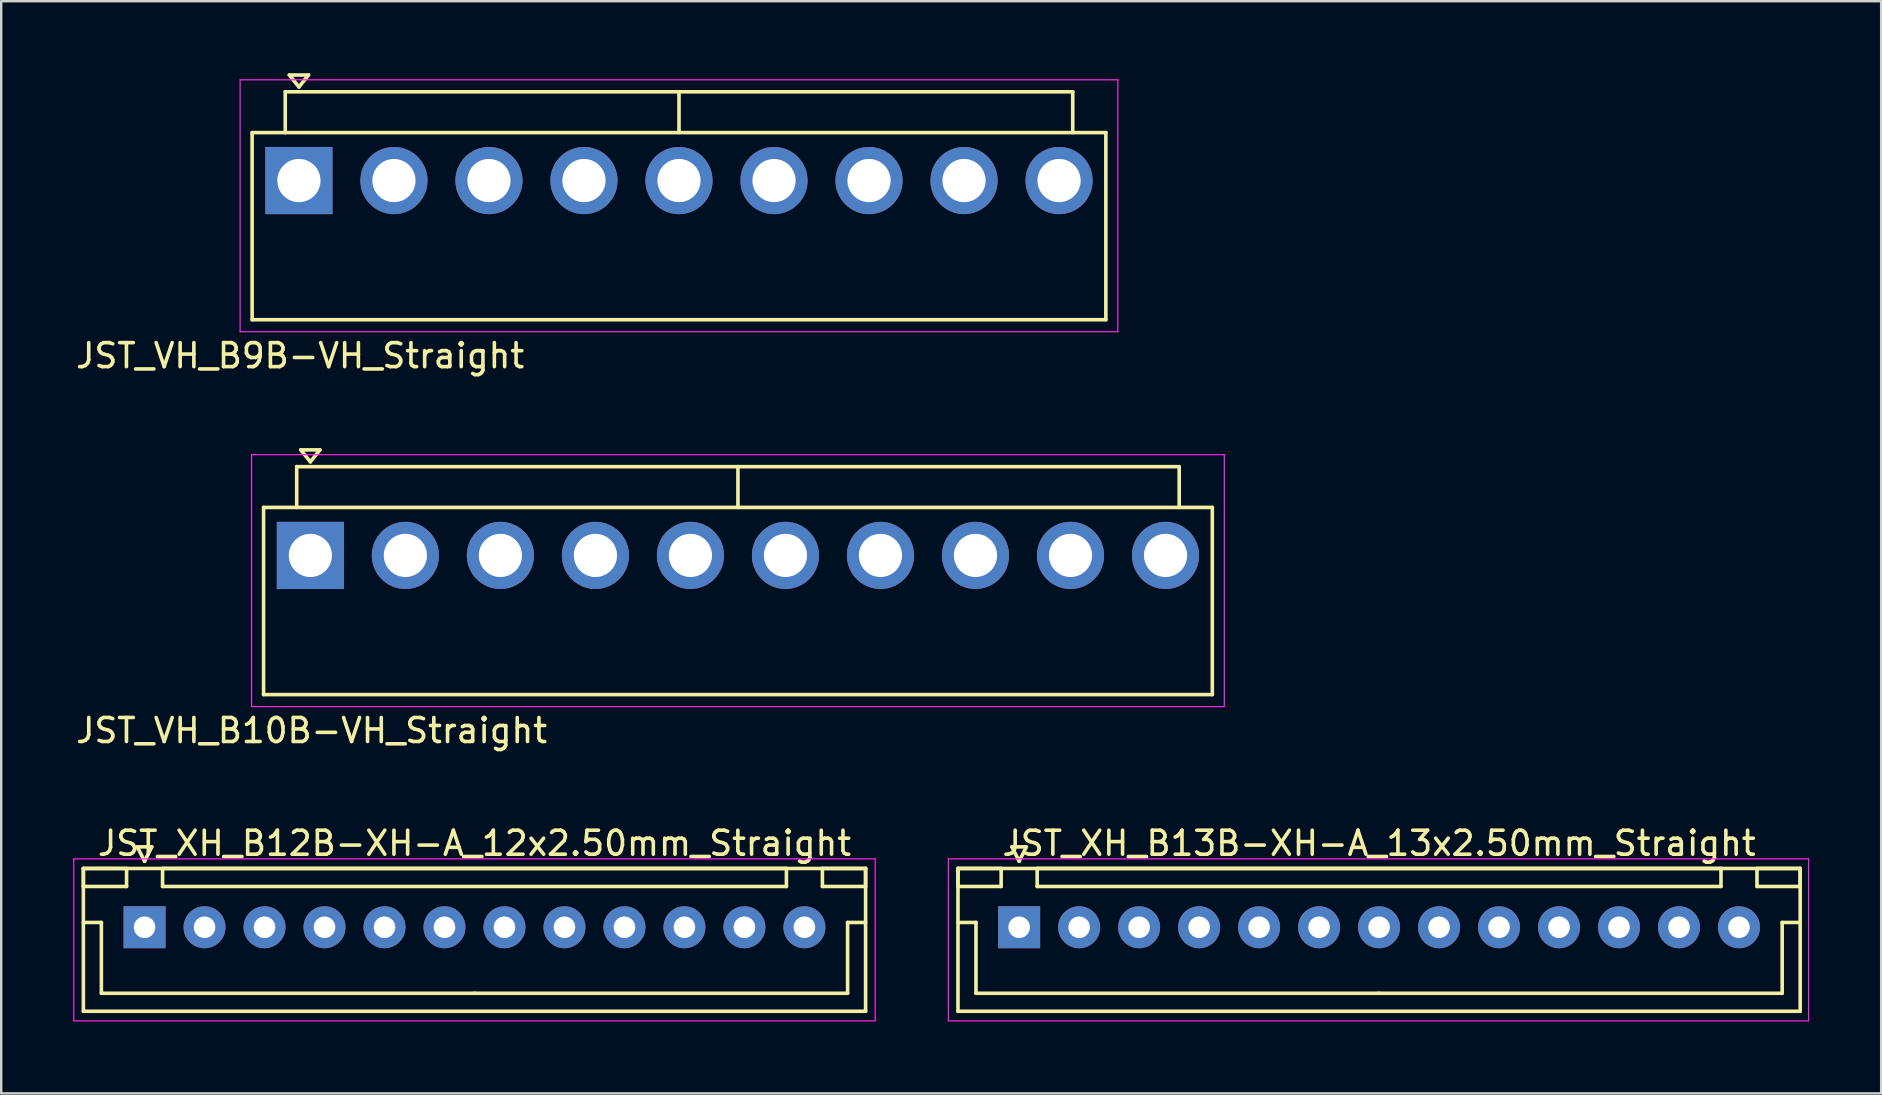
<source format=kicad_pcb>
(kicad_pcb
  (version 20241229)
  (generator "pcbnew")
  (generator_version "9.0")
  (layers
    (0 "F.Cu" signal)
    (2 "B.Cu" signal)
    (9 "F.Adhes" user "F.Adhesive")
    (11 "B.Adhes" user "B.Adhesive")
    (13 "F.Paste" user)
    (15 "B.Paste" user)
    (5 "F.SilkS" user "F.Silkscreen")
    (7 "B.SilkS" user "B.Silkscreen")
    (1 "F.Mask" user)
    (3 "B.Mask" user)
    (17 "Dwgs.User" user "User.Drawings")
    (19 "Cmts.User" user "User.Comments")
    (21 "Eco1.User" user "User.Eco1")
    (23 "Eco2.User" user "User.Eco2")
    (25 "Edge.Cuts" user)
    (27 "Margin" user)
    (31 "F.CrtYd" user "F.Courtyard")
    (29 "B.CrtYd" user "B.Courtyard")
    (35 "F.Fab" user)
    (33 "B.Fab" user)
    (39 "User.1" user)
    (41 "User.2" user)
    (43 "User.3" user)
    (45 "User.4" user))
  (footprint "JST_XH_B12B-XH-A_12x2.50mm_Straight"
    (layer "F.Cu")
    (at 2.975 35.595)
    (property "Reference" "JST_XH_B12B-XH-A_12x2.50mm_Straight" (at 13.75 -3.5 0) (layer "F.SilkS") (effects (font (size 1 1) (thickness 0.15))))
    (attr through_hole)
    (fp_line (start -2.55 -2.45) (end -2.55 -1.7) (stroke (width 0.15) (type solid)) (layer "F.SilkS"))
    (fp_line (start -2.55 -2.45) (end -2.55 3.5) (stroke (width 0.15) (type solid)) (layer "F.SilkS"))
    (fp_line (start -2.55 -1.7) (end -0.75 -1.7) (stroke (width 0.15) (type solid)) (layer "F.SilkS"))
    (fp_line (start -2.55 -0.2) (end -1.8 -0.2) (stroke (width 0.15) (type solid)) (layer "F.SilkS"))
    (fp_line (start -2.55 3.5) (end 30.05 3.5) (stroke (width 0.15) (type solid)) (layer "F.SilkS"))
    (fp_line (start -1.8 -0.2) (end -1.8 2.75) (stroke (width 0.15) (type solid)) (layer "F.SilkS"))
    (fp_line (start -1.8 2.75) (end 13.75 2.75) (stroke (width 0.15) (type solid)) (layer "F.SilkS"))
    (fp_line (start -0.75 -2.45) (end -2.55 -2.45) (stroke (width 0.15) (type solid)) (layer "F.SilkS"))
    (fp_line (start -0.75 -1.7) (end -0.75 -2.45) (stroke (width 0.15) (type solid)) (layer "F.SilkS"))
    (fp_line (start -0.3 -3.35) (end 0.3 -3.35) (stroke (width 0.15) (type solid)) (layer "F.SilkS"))
    (fp_line (start 0 -2.75) (end -0.3 -3.35) (stroke (width 0.15) (type solid)) (layer "F.SilkS"))
    (fp_line (start 0.3 -3.35) (end 0 -2.75) (stroke (width 0.15) (type solid)) (layer "F.SilkS"))
    (fp_line (start 0.75 -2.45) (end 0.75 -1.7) (stroke (width 0.15) (type solid)) (layer "F.SilkS"))
    (fp_line (start 0.75 -1.7) (end 26.75 -1.7) (stroke (width 0.15) (type solid)) (layer "F.SilkS"))
    (fp_line (start 26.75 -2.45) (end 0.75 -2.45) (stroke (width 0.15) (type solid)) (layer "F.SilkS"))
    (fp_line (start 26.75 -1.7) (end 26.75 -2.45) (stroke (width 0.15) (type solid)) (layer "F.SilkS"))
    (fp_line (start 28.25 -2.45) (end 28.25 -1.7) (stroke (width 0.15) (type solid)) (layer "F.SilkS"))
    (fp_line (start 28.25 -1.7) (end 30.05 -1.7) (stroke (width 0.15) (type solid)) (layer "F.SilkS"))
    (fp_line (start 29.3 -0.2) (end 29.3 2.75) (stroke (width 0.15) (type solid)) (layer "F.SilkS"))
    (fp_line (start 29.3 2.75) (end 13.75 2.75) (stroke (width 0.15) (type solid)) (layer "F.SilkS"))
    (fp_line (start 30.05 -2.45) (end -2.55 -2.45) (stroke (width 0.15) (type solid)) (layer "F.SilkS"))
    (fp_line (start 30.05 -2.45) (end 28.25 -2.45) (stroke (width 0.15) (type solid)) (layer "F.SilkS"))
    (fp_line (start 30.05 -1.7) (end 30.05 -2.45) (stroke (width 0.15) (type solid)) (layer "F.SilkS"))
    (fp_line (start 30.05 -0.2) (end 29.3 -0.2) (stroke (width 0.15) (type solid)) (layer "F.SilkS"))
    (fp_line (start 30.05 3.5) (end 30.05 -2.45) (stroke (width 0.15) (type solid)) (layer "F.SilkS"))
    (fp_line (start -2.95 -2.85) (end -2.95 3.9) (stroke (width 0.05) (type solid)) (layer "F.CrtYd"))
    (fp_line (start -2.95 3.9) (end 30.45 3.9) (stroke (width 0.05) (type solid)) (layer "F.CrtYd"))
    (fp_line (start 30.45 -2.85) (end -2.95 -2.85) (stroke (width 0.05) (type solid)) (layer "F.CrtYd"))
    (fp_line (start 30.45 3.9) (end 30.45 -2.85) (stroke (width 0.05) (type solid)) (layer "F.CrtYd"))
    (pad "1" thru_hole rect (at 0 0) (size 1.75 1.75) (drill 0.9) (layers "*.Cu" "*.Mask"))
    (pad "2" thru_hole circle (at 2.5 0) (size 1.75 1.75) (drill 0.9) (layers "*.Cu" "*.Mask"))
    (pad "3" thru_hole circle (at 5 0) (size 1.75 1.75) (drill 0.9) (layers "*.Cu" "*.Mask"))
    (pad "4" thru_hole circle (at 7.5 0) (size 1.75 1.75) (drill 0.9) (layers "*.Cu" "*.Mask"))
    (pad "5" thru_hole circle (at 10 0) (size 1.75 1.75) (drill 0.9) (layers "*.Cu" "*.Mask"))
    (pad "6" thru_hole circle (at 12.5 0) (size 1.75 1.75) (drill 0.9) (layers "*.Cu" "*.Mask"))
    (pad "7" thru_hole circle (at 15 0) (size 1.75 1.75) (drill 0.9) (layers "*.Cu" "*.Mask"))
    (pad "8" thru_hole circle (at 17.5 0) (size 1.75 1.75) (drill 0.9) (layers "*.Cu" "*.Mask"))
    (pad "9" thru_hole circle (at 20 0) (size 1.75 1.75) (drill 0.9) (layers "*.Cu" "*.Mask"))
    (pad "10" thru_hole circle (at 22.5 0) (size 1.75 1.75) (drill 0.9) (layers "*.Cu" "*.Mask"))
    (pad "11" thru_hole circle (at 25 0) (size 1.75 1.75) (drill 0.9) (layers "*.Cu" "*.Mask"))
    (pad "12" thru_hole circle (at 27.5 0) (size 1.75 1.75) (drill 0.9) (layers "*.Cu" "*.Mask")))
  (footprint "JST_XH_B13B-XH-A_13x2.50mm_Straight"
    (layer "F.Cu")
    (at 39.425 35.595)
    (property "Reference" "JST_XH_B13B-XH-A_13x2.50mm_Straight" (at 15 -3.5 0) (layer "F.SilkS") (effects (font (size 1 1) (thickness 0.15))))
    (attr through_hole)
    (fp_line (start -2.55 -2.45) (end -2.55 -1.7) (stroke (width 0.15) (type solid)) (layer "F.SilkS"))
    (fp_line (start -2.55 -2.45) (end -2.55 3.5) (stroke (width 0.15) (type solid)) (layer "F.SilkS"))
    (fp_line (start -2.55 -1.7) (end -0.75 -1.7) (stroke (width 0.15) (type solid)) (layer "F.SilkS"))
    (fp_line (start -2.55 -0.2) (end -1.8 -0.2) (stroke (width 0.15) (type solid)) (layer "F.SilkS"))
    (fp_line (start -2.55 3.5) (end 32.55 3.5) (stroke (width 0.15) (type solid)) (layer "F.SilkS"))
    (fp_line (start -1.8 -0.2) (end -1.8 2.75) (stroke (width 0.15) (type solid)) (layer "F.SilkS"))
    (fp_line (start -1.8 2.75) (end 15 2.75) (stroke (width 0.15) (type solid)) (layer "F.SilkS"))
    (fp_line (start -0.75 -2.45) (end -2.55 -2.45) (stroke (width 0.15) (type solid)) (layer "F.SilkS"))
    (fp_line (start -0.75 -1.7) (end -0.75 -2.45) (stroke (width 0.15) (type solid)) (layer "F.SilkS"))
    (fp_line (start -0.3 -3.35) (end 0.3 -3.35) (stroke (width 0.15) (type solid)) (layer "F.SilkS"))
    (fp_line (start 0 -2.75) (end -0.3 -3.35) (stroke (width 0.15) (type solid)) (layer "F.SilkS"))
    (fp_line (start 0.3 -3.35) (end 0 -2.75) (stroke (width 0.15) (type solid)) (layer "F.SilkS"))
    (fp_line (start 0.75 -2.45) (end 0.75 -1.7) (stroke (width 0.15) (type solid)) (layer "F.SilkS"))
    (fp_line (start 0.75 -1.7) (end 29.25 -1.7) (stroke (width 0.15) (type solid)) (layer "F.SilkS"))
    (fp_line (start 29.25 -2.45) (end 0.75 -2.45) (stroke (width 0.15) (type solid)) (layer "F.SilkS"))
    (fp_line (start 29.25 -1.7) (end 29.25 -2.45) (stroke (width 0.15) (type solid)) (layer "F.SilkS"))
    (fp_line (start 30.75 -2.45) (end 30.75 -1.7) (stroke (width 0.15) (type solid)) (layer "F.SilkS"))
    (fp_line (start 30.75 -1.7) (end 32.55 -1.7) (stroke (width 0.15) (type solid)) (layer "F.SilkS"))
    (fp_line (start 31.8 -0.2) (end 31.8 2.75) (stroke (width 0.15) (type solid)) (layer "F.SilkS"))
    (fp_line (start 31.8 2.75) (end 15 2.75) (stroke (width 0.15) (type solid)) (layer "F.SilkS"))
    (fp_line (start 32.55 -2.45) (end -2.55 -2.45) (stroke (width 0.15) (type solid)) (layer "F.SilkS"))
    (fp_line (start 32.55 -2.45) (end 30.75 -2.45) (stroke (width 0.15) (type solid)) (layer "F.SilkS"))
    (fp_line (start 32.55 -1.7) (end 32.55 -2.45) (stroke (width 0.15) (type solid)) (layer "F.SilkS"))
    (fp_line (start 32.55 -0.2) (end 31.8 -0.2) (stroke (width 0.15) (type solid)) (layer "F.SilkS"))
    (fp_line (start 32.55 3.5) (end 32.55 -2.45) (stroke (width 0.15) (type solid)) (layer "F.SilkS"))
    (fp_line (start -2.95 -2.85) (end -2.95 3.9) (stroke (width 0.05) (type solid)) (layer "F.CrtYd"))
    (fp_line (start -2.95 3.9) (end 32.9 3.9) (stroke (width 0.05) (type solid)) (layer "F.CrtYd"))
    (fp_line (start 32.9 -2.85) (end -2.95 -2.85) (stroke (width 0.05) (type solid)) (layer "F.CrtYd"))
    (fp_line (start 32.9 3.9) (end 32.9 -2.85) (stroke (width 0.05) (type solid)) (layer "F.CrtYd"))
    (pad "1" thru_hole rect (at 0 0) (size 1.75 1.75) (drill 0.9) (layers "*.Cu" "*.Mask"))
    (pad "2" thru_hole circle (at 2.5 0) (size 1.75 1.75) (drill 0.9) (layers "*.Cu" "*.Mask"))
    (pad "3" thru_hole circle (at 5 0) (size 1.75 1.75) (drill 0.9) (layers "*.Cu" "*.Mask"))
    (pad "4" thru_hole circle (at 7.5 0) (size 1.75 1.75) (drill 0.9) (layers "*.Cu" "*.Mask"))
    (pad "5" thru_hole circle (at 10 0) (size 1.75 1.75) (drill 0.9) (layers "*.Cu" "*.Mask"))
    (pad "6" thru_hole circle (at 12.5 0) (size 1.75 1.75) (drill 0.9) (layers "*.Cu" "*.Mask"))
    (pad "7" thru_hole circle (at 15 0) (size 1.75 1.75) (drill 0.9) (layers "*.Cu" "*.Mask"))
    (pad "8" thru_hole circle (at 17.5 0) (size 1.75 1.75) (drill 0.9) (layers "*.Cu" "*.Mask"))
    (pad "9" thru_hole circle (at 20 0) (size 1.75 1.75) (drill 0.9) (layers "*.Cu" "*.Mask"))
    (pad "10" thru_hole circle (at 22.5 0) (size 1.75 1.75) (drill 0.9) (layers "*.Cu" "*.Mask"))
    (pad "11" thru_hole circle (at 25 0) (size 1.75 1.75) (drill 0.9) (layers "*.Cu" "*.Mask"))
    (pad "12" thru_hole circle (at 27.5 0) (size 1.75 1.75) (drill 0.9) (layers "*.Cu" "*.Mask"))
    (pad "13" thru_hole circle (at 30 0) (size 1.75 1.75) (drill 0.9) (layers "*.Cu" "*.Mask")))
  (footprint "JST_VH_B10B-VH_Straight"
    (layer "F.Cu")
    (at 7.935 25.898)
    (property "Reference" "JST_VH_B10B-VH_Straight" (at 2 1.5 0) (layer "F.SilkS") (effects (font (size 1 1) (thickness 0.15))))
    (attr through_hole)
    (fp_line (start 0 -7.8) (end 39.54 -7.8) (stroke (width 0.15) (type solid)) (layer "F.SilkS"))
    (fp_line (start 0 0) (end 0 -7.8) (stroke (width 0.15) (type solid)) (layer "F.SilkS"))
    (fp_line (start 0 0) (end 39.54 0) (stroke (width 0.15) (type solid)) (layer "F.SilkS"))
    (fp_line (start 1.38 -9.5) (end 38.16 -9.5) (stroke (width 0.15) (type solid)) (layer "F.SilkS"))
    (fp_line (start 1.38 -7.8) (end 1.38 -9.5) (stroke (width 0.15) (type solid)) (layer "F.SilkS"))
    (fp_line (start 1.55 -10.2) (end 2.35 -10.2) (stroke (width 0.15) (type solid)) (layer "F.SilkS"))
    (fp_line (start 1.95 -9.7) (end 1.55 -10.2) (stroke (width 0.15) (type solid)) (layer "F.SilkS"))
    (fp_line (start 2.35 -10.2) (end 1.95 -9.7) (stroke (width 0.15) (type solid)) (layer "F.SilkS"))
    (fp_line (start 19.77 -9.5) (end 19.77 -7.8) (stroke (width 0.15) (type solid)) (layer "F.SilkS"))
    (fp_line (start 38.16 -7.8) (end 38.16 -9.5) (stroke (width 0.15) (type solid)) (layer "F.SilkS"))
    (fp_line (start 39.54 0) (end 39.54 -7.8) (stroke (width 0.15) (type solid)) (layer "F.SilkS"))
    (fp_line (start -0.5 -10) (end 40.04 -10) (stroke (width 0.05) (type solid)) (layer "F.CrtYd"))
    (fp_line (start -0.5 0.5) (end -0.5 -10) (stroke (width 0.05) (type solid)) (layer "F.CrtYd"))
    (fp_line (start 40.04 -10) (end 40.04 0.5) (stroke (width 0.05) (type solid)) (layer "F.CrtYd"))
    (fp_line (start 40.04 0.5) (end -0.5 0.5) (stroke (width 0.05) (type solid)) (layer "F.CrtYd"))
    (pad "1" thru_hole rect (at 1.95 -5.8) (size 2.8 2.8) (drill 1.8) (layers "*.Cu" "*.Mask"))
    (pad "2" thru_hole circle (at 5.91 -5.8) (size 2.8 2.8) (drill 1.8) (layers "*.Cu" "*.Mask"))
    (pad "3" thru_hole circle (at 9.87 -5.8) (size 2.8 2.8) (drill 1.8) (layers "*.Cu" "*.Mask"))
    (pad "4" thru_hole circle (at 13.83 -5.8) (size 2.8 2.8) (drill 1.8) (layers "*.Cu" "*.Mask"))
    (pad "5" thru_hole circle (at 17.79 -5.8) (size 2.8 2.8) (drill 1.8) (layers "*.Cu" "*.Mask"))
    (pad "6" thru_hole circle (at 21.75 -5.8) (size 2.8 2.8) (drill 1.8) (layers "*.Cu" "*.Mask"))
    (pad "7" thru_hole circle (at 25.71 -5.8) (size 2.8 2.8) (drill 1.8) (layers "*.Cu" "*.Mask"))
    (pad "8" thru_hole circle (at 29.67 -5.8) (size 2.8 2.8) (drill 1.8) (layers "*.Cu" "*.Mask"))
    (pad "9" thru_hole circle (at 33.63 -5.8) (size 2.8 2.8) (drill 1.8) (layers "*.Cu" "*.Mask"))
    (pad "10" thru_hole circle (at 37.59 -5.8) (size 2.8 2.8) (drill 1.8) (layers "*.Cu" "*.Mask")))
  (footprint "JST_VH_B9B-VH_Straight"
    (layer "F.Cu")
    (at 7.458 10.275)
    (property "Reference" "JST_VH_B9B-VH_Straight" (at 2 1.5 0) (layer "F.SilkS") (effects (font (size 1 1) (thickness 0.15))))
    (attr through_hole)
    (fp_line (start 0 -7.8) (end 35.58 -7.8) (stroke (width 0.15) (type solid)) (layer "F.SilkS"))
    (fp_line (start 0 0) (end 0 -7.8) (stroke (width 0.15) (type solid)) (layer "F.SilkS"))
    (fp_line (start 0 0) (end 35.58 0) (stroke (width 0.15) (type solid)) (layer "F.SilkS"))
    (fp_line (start 1.38 -9.5) (end 34.2 -9.5) (stroke (width 0.15) (type solid)) (layer "F.SilkS"))
    (fp_line (start 1.38 -7.8) (end 1.38 -9.5) (stroke (width 0.15) (type solid)) (layer "F.SilkS"))
    (fp_line (start 1.55 -10.2) (end 2.35 -10.2) (stroke (width 0.15) (type solid)) (layer "F.SilkS"))
    (fp_line (start 1.95 -9.7) (end 1.55 -10.2) (stroke (width 0.15) (type solid)) (layer "F.SilkS"))
    (fp_line (start 2.35 -10.2) (end 1.95 -9.7) (stroke (width 0.15) (type solid)) (layer "F.SilkS"))
    (fp_line (start 17.79 -9.5) (end 17.79 -7.8) (stroke (width 0.15) (type solid)) (layer "F.SilkS"))
    (fp_line (start 34.2 -7.8) (end 34.2 -9.5) (stroke (width 0.15) (type solid)) (layer "F.SilkS"))
    (fp_line (start 35.58 0) (end 35.58 -7.8) (stroke (width 0.15) (type solid)) (layer "F.SilkS"))
    (fp_line (start -0.5 -10) (end 36.08 -10) (stroke (width 0.05) (type solid)) (layer "F.CrtYd"))
    (fp_line (start -0.5 0.5) (end -0.5 -10) (stroke (width 0.05) (type solid)) (layer "F.CrtYd"))
    (fp_line (start 36.08 -10) (end 36.08 0.5) (stroke (width 0.05) (type solid)) (layer "F.CrtYd"))
    (fp_line (start 36.08 0.5) (end -0.5 0.5) (stroke (width 0.05) (type solid)) (layer "F.CrtYd"))
    (pad "1" thru_hole rect (at 1.95 -5.8) (size 2.8 2.8) (drill 1.8) (layers "*.Cu" "*.Mask"))
    (pad "2" thru_hole circle (at 5.91 -5.8) (size 2.8 2.8) (drill 1.8) (layers "*.Cu" "*.Mask"))
    (pad "3" thru_hole circle (at 9.87 -5.8) (size 2.8 2.8) (drill 1.8) (layers "*.Cu" "*.Mask"))
    (pad "4" thru_hole circle (at 13.83 -5.8) (size 2.8 2.8) (drill 1.8) (layers "*.Cu" "*.Mask"))
    (pad "5" thru_hole circle (at 17.79 -5.8) (size 2.8 2.8) (drill 1.8) (layers "*.Cu" "*.Mask"))
    (pad "6" thru_hole circle (at 21.75 -5.8) (size 2.8 2.8) (drill 1.8) (layers "*.Cu" "*.Mask"))
    (pad "7" thru_hole circle (at 25.71 -5.8) (size 2.8 2.8) (drill 1.8) (layers "*.Cu" "*.Mask"))
    (pad "8" thru_hole circle (at 29.67 -5.8) (size 2.8 2.8) (drill 1.8) (layers "*.Cu" "*.Mask"))
    (pad "9" thru_hole circle (at 33.63 -5.8) (size 2.8 2.8) (drill 1.8) (layers "*.Cu" "*.Mask")))
  (gr_rect
    (start -3 -3)
    (end 75.35 42.52)
    (stroke (width 0.1) (type default))
    (fill no)
    (layer "Edge.Cuts")))
</source>
